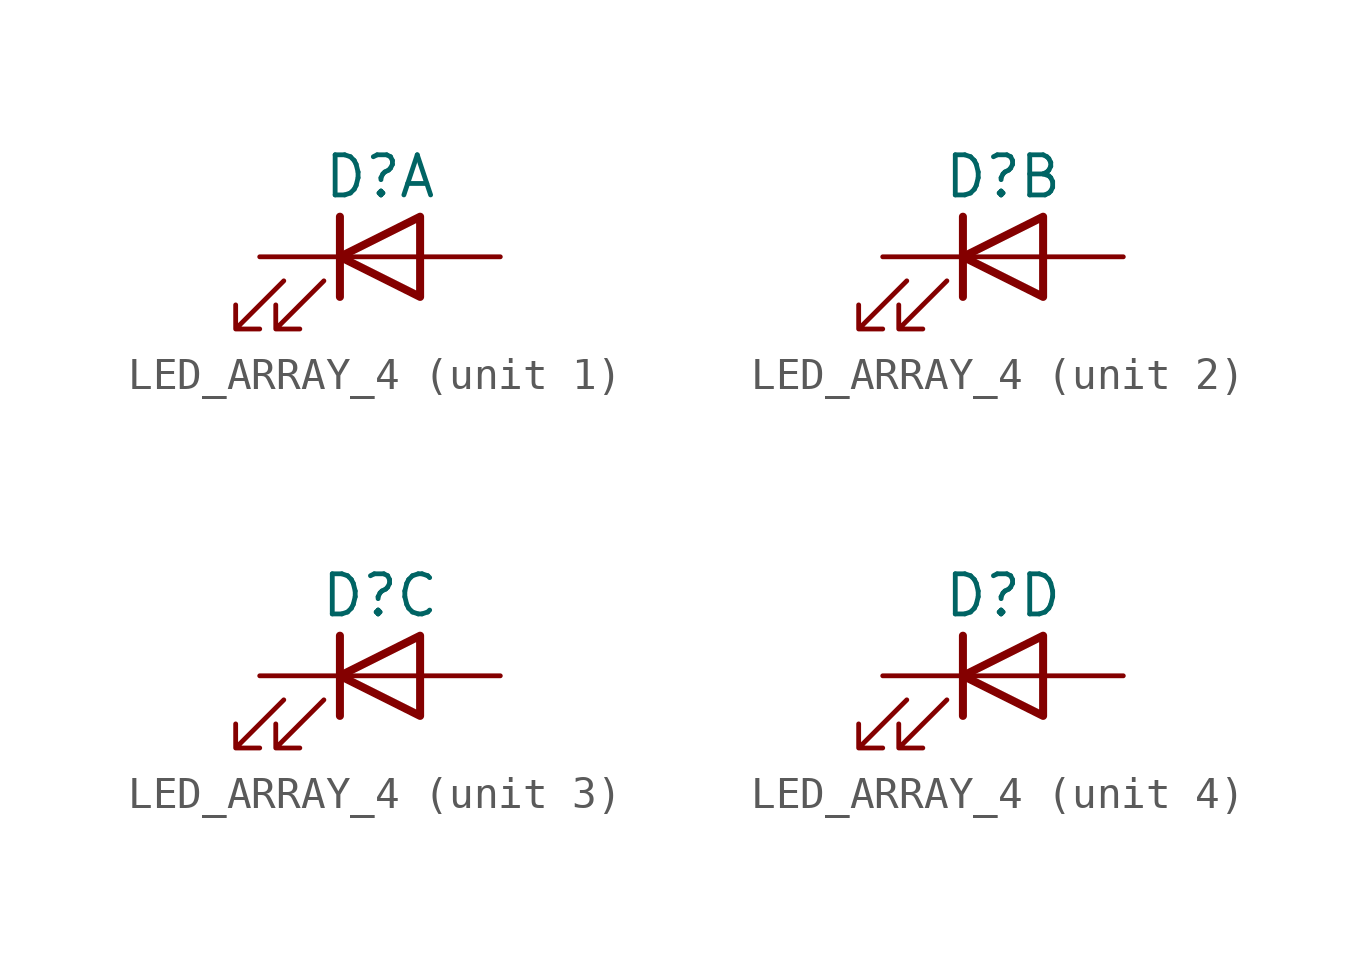
<source format=kicad_sym>
(kicad_symbol_lib
  (version 20231120)
  (generator "kicad_symbol_editor")
  (generator_version "8.0")
  (symbol "LED_ARRAY_4"
    (pin_numbers hide)
    (pin_names hide)
    (property "Reference" "D"
      (at 0 2.54 0)
      (effects (font (size 1.27 1.27))))
    (property "Value" ""
      (at 0 0 0)
      (effects (font (size 1.27 1.27))))
    (symbol "LED_ARRAY_4_1_1"
      (polyline (pts (xy -1.27 -1.27) (xy -1.27 1.27)) (stroke (width 0.254) (type default)) (fill (type none)))
      (polyline (pts (xy -1.27 0) (xy 1.27 0)) (stroke (width 0) (type default)) (fill (type none)))
      (polyline (pts (xy 1.27 -1.27) (xy 1.27 1.27) (xy -1.27 0) (xy 1.27 -1.27)) (stroke (width 0.254) (type default)) (fill (type none)))
      (polyline (pts (xy -3.048 -0.762) (xy -4.572 -2.286) (xy -3.81 -2.286) (xy -4.572 -2.286) (xy -4.572 -1.524)) (stroke (width 0) (type default)) (fill (type none)))
      (polyline (pts (xy -1.778 -0.762) (xy -3.302 -2.286) (xy -2.54 -2.286) (xy -3.302 -2.286) (xy -3.302 -1.524)) (stroke (width 0) (type default)) (fill (type none)))
      (pin passive line (at -3.81 0 0) (length 2.54) (name "K" (effects (font (size 1.27 1.27)))) (number "1" (effects (font (size 1.27 1.27)))))
      (pin passive line (at 3.81 0 180) (length 2.54) (name "A" (effects (font (size 1.27 1.27)))) (number "2" (effects (font (size 1.27 1.27))))))
    (symbol "LED_ARRAY_4_2_1"
      (polyline (pts (xy -1.27 -1.27) (xy -1.27 1.27)) (stroke (width 0.254) (type default)) (fill (type none)))
      (polyline (pts (xy -1.27 0) (xy 1.27 0)) (stroke (width 0) (type default)) (fill (type none)))
      (polyline (pts (xy 1.27 -1.27) (xy 1.27 1.27) (xy -1.27 0) (xy 1.27 -1.27)) (stroke (width 0.254) (type default)) (fill (type none)))
      (polyline (pts (xy -3.048 -0.762) (xy -4.572 -2.286) (xy -3.81 -2.286) (xy -4.572 -2.286) (xy -4.572 -1.524)) (stroke (width 0) (type default)) (fill (type none)))
      (polyline (pts (xy -1.778 -0.762) (xy -3.302 -2.286) (xy -2.54 -2.286) (xy -3.302 -2.286) (xy -3.302 -1.524)) (stroke (width 0) (type default)) (fill (type none)))
      (pin passive line (at -3.81 0 0) (length 2.54) (name "K" (effects (font (size 1.27 1.27)))) (number "3" (effects (font (size 1.27 1.27)))))
      (pin passive line (at 3.81 0 180) (length 2.54) (name "A" (effects (font (size 1.27 1.27)))) (number "4" (effects (font (size 1.27 1.27))))))
    (symbol "LED_ARRAY_4_3_1"
      (polyline (pts (xy -1.27 -1.27) (xy -1.27 1.27)) (stroke (width 0.254) (type default)) (fill (type none)))
      (polyline (pts (xy -1.27 0) (xy 1.27 0)) (stroke (width 0) (type default)) (fill (type none)))
      (polyline (pts (xy 1.27 -1.27) (xy 1.27 1.27) (xy -1.27 0) (xy 1.27 -1.27)) (stroke (width 0.254) (type default)) (fill (type none)))
      (polyline (pts (xy -3.048 -0.762) (xy -4.572 -2.286) (xy -3.81 -2.286) (xy -4.572 -2.286) (xy -4.572 -1.524)) (stroke (width 0) (type default)) (fill (type none)))
      (polyline (pts (xy -1.778 -0.762) (xy -3.302 -2.286) (xy -2.54 -2.286) (xy -3.302 -2.286) (xy -3.302 -1.524)) (stroke (width 0) (type default)) (fill (type none)))
      (pin passive line (at -3.81 0 0) (length 2.54) (name "K" (effects (font (size 1.27 1.27)))) (number "5" (effects (font (size 1.27 1.27)))))
      (pin passive line (at 3.81 0 180) (length 2.54) (name "A" (effects (font (size 1.27 1.27)))) (number "6" (effects (font (size 1.27 1.27))))))
    (symbol "LED_ARRAY_4_4_1"
      (polyline (pts (xy -1.27 -1.27) (xy -1.27 1.27)) (stroke (width 0.254) (type default)) (fill (type none)))
      (polyline (pts (xy -1.27 0) (xy 1.27 0)) (stroke (width 0) (type default)) (fill (type none)))
      (polyline (pts (xy 1.27 -1.27) (xy 1.27 1.27) (xy -1.27 0) (xy 1.27 -1.27)) (stroke (width 0.254) (type default)) (fill (type none)))
      (polyline (pts (xy -3.048 -0.762) (xy -4.572 -2.286) (xy -3.81 -2.286) (xy -4.572 -2.286) (xy -4.572 -1.524)) (stroke (width 0) (type default)) (fill (type none)))
      (polyline (pts (xy -1.778 -0.762) (xy -3.302 -2.286) (xy -2.54 -2.286) (xy -3.302 -2.286) (xy -3.302 -1.524)) (stroke (width 0) (type default)) (fill (type none)))
      (pin passive line (at -3.81 0 0) (length 2.54) (name "K" (effects (font (size 1.27 1.27)))) (number "7" (effects (font (size 1.27 1.27)))))
      (pin passive line (at 3.81 0 180) (length 2.54) (name "A" (effects (font (size 1.27 1.27)))) (number "8" (effects (font (size 1.27 1.27))))))))
</source>
